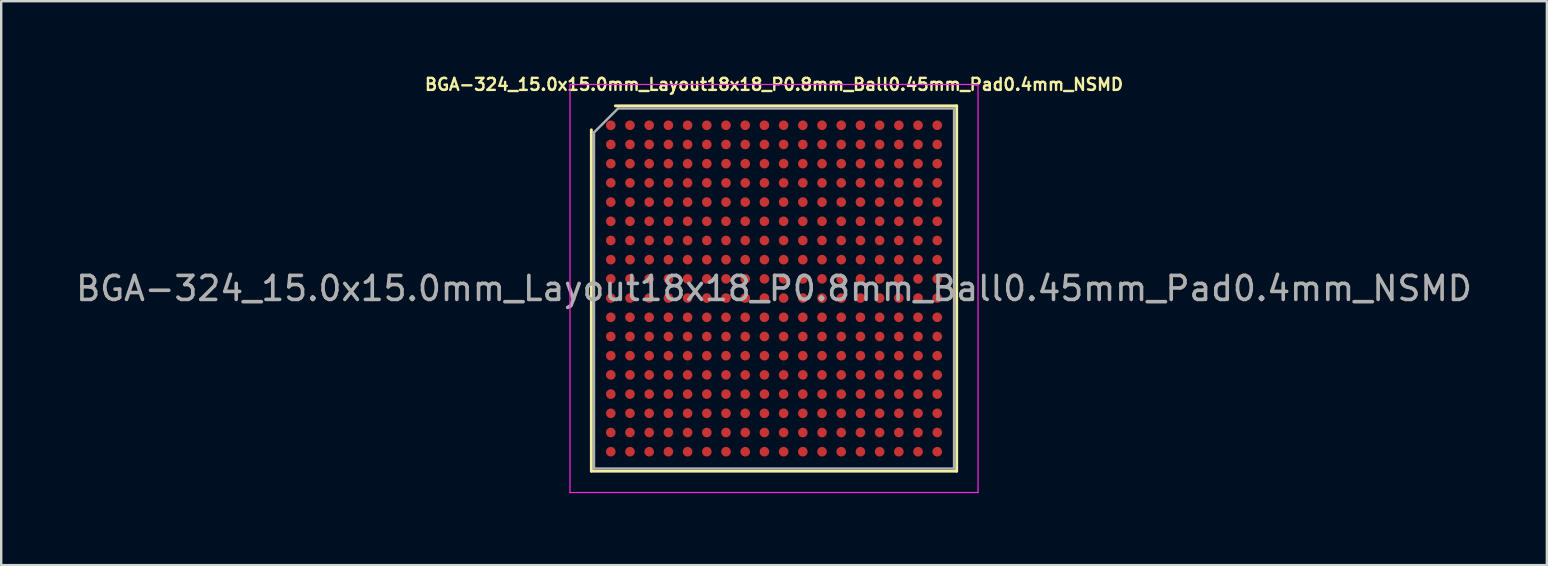
<source format=kicad_pcb>
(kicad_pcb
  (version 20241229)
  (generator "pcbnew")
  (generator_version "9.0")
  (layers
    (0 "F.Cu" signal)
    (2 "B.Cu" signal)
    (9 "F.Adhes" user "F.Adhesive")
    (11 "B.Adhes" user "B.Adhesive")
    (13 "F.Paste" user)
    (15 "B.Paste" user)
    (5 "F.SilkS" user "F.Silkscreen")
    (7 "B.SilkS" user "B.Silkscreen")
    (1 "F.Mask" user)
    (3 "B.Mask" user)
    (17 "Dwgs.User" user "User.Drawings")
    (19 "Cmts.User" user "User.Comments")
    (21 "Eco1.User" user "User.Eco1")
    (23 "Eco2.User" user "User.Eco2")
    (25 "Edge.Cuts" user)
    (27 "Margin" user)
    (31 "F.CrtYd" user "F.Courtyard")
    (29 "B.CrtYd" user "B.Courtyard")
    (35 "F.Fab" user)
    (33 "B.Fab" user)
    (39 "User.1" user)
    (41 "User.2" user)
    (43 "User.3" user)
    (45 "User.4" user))
  (footprint "BGA-324_15.0x15.0mm_Layout18x18_P0.8mm_Ball0.45mm_Pad0.4mm_NSMD"
    (layer "F.Cu")
    (at 29.196 8.968)
    (property "Reference" "BGA-324_15.0x15.0mm_Layout18x18_P0.8mm_Ball0.45mm_Pad0.4mm_NSMD" (at 0 -8.5 180) (layer "F.SilkS") (effects (font (size 0.5 0.5) (thickness 0.1))))
    (attr smd)
    (fp_line (start -7.61 7.61) (end -7.61 -6.61) (stroke (width 0.12) (type solid)) (layer "F.SilkS"))
    (fp_line (start -6.61 -7.61) (end 7.61 -7.61) (stroke (width 0.12) (type solid)) (layer "F.SilkS"))
    (fp_line (start 7.61 -7.61) (end 7.61 7.61) (stroke (width 0.12) (type solid)) (layer "F.SilkS"))
    (fp_line (start 7.61 7.61) (end -7.61 7.61) (stroke (width 0.12) (type solid)) (layer "F.SilkS"))
    (fp_line (start -8.5 -8.5) (end -8.5 8.5) (stroke (width 0.05) (type solid)) (layer "F.CrtYd"))
    (fp_line (start -8.5 8.5) (end 8.5 8.5) (stroke (width 0.05) (type solid)) (layer "F.CrtYd"))
    (fp_line (start 8.5 -8.5) (end -8.5 -8.5) (stroke (width 0.05) (type solid)) (layer "F.CrtYd"))
    (fp_line (start 8.5 8.5) (end 8.5 -8.5) (stroke (width 0.05) (type solid)) (layer "F.CrtYd"))
    (fp_line (start -7.5 -6.5) (end -6.5 -7.5) (stroke (width 0.1) (type solid)) (layer "F.Fab"))
    (fp_line (start -7.5 7.5) (end -7.5 -6.5) (stroke (width 0.1) (type solid)) (layer "F.Fab"))
    (fp_line (start -6.5 -7.5) (end 7.5 -7.5) (stroke (width 0.1) (type solid)) (layer "F.Fab"))
    (fp_line (start 7.5 -7.5) (end 7.5 7.5) (stroke (width 0.1) (type solid)) (layer "F.Fab"))
    (fp_line (start 7.5 7.5) (end -7.5 7.5) (stroke (width 0.1) (type solid)) (layer "F.Fab"))
    (fp_text user "${REFERENCE}" (at 0 0 180) (layer "F.Fab") (effects (font (size 1 1) (thickness 0.15))))
    (pad "A1" smd circle (at -6.8 -6.8) (size 0.4 0.4) (layers "F.Cu" "F.Mask" "F.Paste"))
    (pad "A2" smd circle (at -6 -6.8) (size 0.4 0.4) (layers "F.Cu" "F.Mask" "F.Paste"))
    (pad "A3" smd circle (at -5.2 -6.8) (size 0.4 0.4) (layers "F.Cu" "F.Mask" "F.Paste"))
    (pad "A4" smd circle (at -4.4 -6.8) (size 0.4 0.4) (layers "F.Cu" "F.Mask" "F.Paste"))
    (pad "A5" smd circle (at -3.6 -6.8) (size 0.4 0.4) (layers "F.Cu" "F.Mask" "F.Paste"))
    (pad "A6" smd circle (at -2.8 -6.8) (size 0.4 0.4) (layers "F.Cu" "F.Mask" "F.Paste"))
    (pad "A7" smd circle (at -2 -6.8) (size 0.4 0.4) (layers "F.Cu" "F.Mask" "F.Paste"))
    (pad "A8" smd circle (at -1.2 -6.8) (size 0.4 0.4) (layers "F.Cu" "F.Mask" "F.Paste"))
    (pad "A9" smd circle (at -0.4 -6.8) (size 0.4 0.4) (layers "F.Cu" "F.Mask" "F.Paste"))
    (pad "A10" smd circle (at 0.4 -6.8) (size 0.4 0.4) (layers "F.Cu" "F.Mask" "F.Paste"))
    (pad "A11" smd circle (at 1.2 -6.8) (size 0.4 0.4) (layers "F.Cu" "F.Mask" "F.Paste"))
    (pad "A12" smd circle (at 2 -6.8) (size 0.4 0.4) (layers "F.Cu" "F.Mask" "F.Paste"))
    (pad "A13" smd circle (at 2.8 -6.8) (size 0.4 0.4) (layers "F.Cu" "F.Mask" "F.Paste"))
    (pad "A14" smd circle (at 3.6 -6.8) (size 0.4 0.4) (layers "F.Cu" "F.Mask" "F.Paste"))
    (pad "A15" smd circle (at 4.4 -6.8) (size 0.4 0.4) (layers "F.Cu" "F.Mask" "F.Paste"))
    (pad "A16" smd circle (at 5.2 -6.8) (size 0.4 0.4) (layers "F.Cu" "F.Mask" "F.Paste"))
    (pad "A17" smd circle (at 6 -6.8) (size 0.4 0.4) (layers "F.Cu" "F.Mask" "F.Paste"))
    (pad "A18" smd circle (at 6.8 -6.8) (size 0.4 0.4) (layers "F.Cu" "F.Mask" "F.Paste"))
    (pad "B1" smd circle (at -6.8 -6) (size 0.4 0.4) (layers "F.Cu" "F.Mask" "F.Paste"))
    (pad "B2" smd circle (at -6 -6) (size 0.4 0.4) (layers "F.Cu" "F.Mask" "F.Paste"))
    (pad "B3" smd circle (at -5.2 -6) (size 0.4 0.4) (layers "F.Cu" "F.Mask" "F.Paste"))
    (pad "B4" smd circle (at -4.4 -6) (size 0.4 0.4) (layers "F.Cu" "F.Mask" "F.Paste"))
    (pad "B5" smd circle (at -3.6 -6) (size 0.4 0.4) (layers "F.Cu" "F.Mask" "F.Paste"))
    (pad "B6" smd circle (at -2.8 -6) (size 0.4 0.4) (layers "F.Cu" "F.Mask" "F.Paste"))
    (pad "B7" smd circle (at -2 -6) (size 0.4 0.4) (layers "F.Cu" "F.Mask" "F.Paste"))
    (pad "B8" smd circle (at -1.2 -6) (size 0.4 0.4) (layers "F.Cu" "F.Mask" "F.Paste"))
    (pad "B9" smd circle (at -0.4 -6) (size 0.4 0.4) (layers "F.Cu" "F.Mask" "F.Paste"))
    (pad "B10" smd circle (at 0.4 -6) (size 0.4 0.4) (layers "F.Cu" "F.Mask" "F.Paste"))
    (pad "B11" smd circle (at 1.2 -6) (size 0.4 0.4) (layers "F.Cu" "F.Mask" "F.Paste"))
    (pad "B12" smd circle (at 2 -6) (size 0.4 0.4) (layers "F.Cu" "F.Mask" "F.Paste"))
    (pad "B13" smd circle (at 2.8 -6) (size 0.4 0.4) (layers "F.Cu" "F.Mask" "F.Paste"))
    (pad "B14" smd circle (at 3.6 -6) (size 0.4 0.4) (layers "F.Cu" "F.Mask" "F.Paste"))
    (pad "B15" smd circle (at 4.4 -6) (size 0.4 0.4) (layers "F.Cu" "F.Mask" "F.Paste"))
    (pad "B16" smd circle (at 5.2 -6) (size 0.4 0.4) (layers "F.Cu" "F.Mask" "F.Paste"))
    (pad "B17" smd circle (at 6 -6) (size 0.4 0.4) (layers "F.Cu" "F.Mask" "F.Paste"))
    (pad "B18" smd circle (at 6.8 -6) (size 0.4 0.4) (layers "F.Cu" "F.Mask" "F.Paste"))
    (pad "C1" smd circle (at -6.8 -5.2) (size 0.4 0.4) (layers "F.Cu" "F.Mask" "F.Paste"))
    (pad "C2" smd circle (at -6 -5.2) (size 0.4 0.4) (layers "F.Cu" "F.Mask" "F.Paste"))
    (pad "C3" smd circle (at -5.2 -5.2) (size 0.4 0.4) (layers "F.Cu" "F.Mask" "F.Paste"))
    (pad "C4" smd circle (at -4.4 -5.2) (size 0.4 0.4) (layers "F.Cu" "F.Mask" "F.Paste"))
    (pad "C5" smd circle (at -3.6 -5.2) (size 0.4 0.4) (layers "F.Cu" "F.Mask" "F.Paste"))
    (pad "C6" smd circle (at -2.8 -5.2) (size 0.4 0.4) (layers "F.Cu" "F.Mask" "F.Paste"))
    (pad "C7" smd circle (at -2 -5.2) (size 0.4 0.4) (layers "F.Cu" "F.Mask" "F.Paste"))
    (pad "C8" smd circle (at -1.2 -5.2) (size 0.4 0.4) (layers "F.Cu" "F.Mask" "F.Paste"))
    (pad "C9" smd circle (at -0.4 -5.2) (size 0.4 0.4) (layers "F.Cu" "F.Mask" "F.Paste"))
    (pad "C10" smd circle (at 0.4 -5.2) (size 0.4 0.4) (layers "F.Cu" "F.Mask" "F.Paste"))
    (pad "C11" smd circle (at 1.2 -5.2) (size 0.4 0.4) (layers "F.Cu" "F.Mask" "F.Paste"))
    (pad "C12" smd circle (at 2 -5.2) (size 0.4 0.4) (layers "F.Cu" "F.Mask" "F.Paste"))
    (pad "C13" smd circle (at 2.8 -5.2) (size 0.4 0.4) (layers "F.Cu" "F.Mask" "F.Paste"))
    (pad "C14" smd circle (at 3.6 -5.2) (size 0.4 0.4) (layers "F.Cu" "F.Mask" "F.Paste"))
    (pad "C15" smd circle (at 4.4 -5.2) (size 0.4 0.4) (layers "F.Cu" "F.Mask" "F.Paste"))
    (pad "C16" smd circle (at 5.2 -5.2) (size 0.4 0.4) (layers "F.Cu" "F.Mask" "F.Paste"))
    (pad "C17" smd circle (at 6 -5.2) (size 0.4 0.4) (layers "F.Cu" "F.Mask" "F.Paste"))
    (pad "C18" smd circle (at 6.8 -5.2) (size 0.4 0.4) (layers "F.Cu" "F.Mask" "F.Paste"))
    (pad "D1" smd circle (at -6.8 -4.4) (size 0.4 0.4) (layers "F.Cu" "F.Mask" "F.Paste"))
    (pad "D2" smd circle (at -6 -4.4) (size 0.4 0.4) (layers "F.Cu" "F.Mask" "F.Paste"))
    (pad "D3" smd circle (at -5.2 -4.4) (size 0.4 0.4) (layers "F.Cu" "F.Mask" "F.Paste"))
    (pad "D4" smd circle (at -4.4 -4.4) (size 0.4 0.4) (layers "F.Cu" "F.Mask" "F.Paste"))
    (pad "D5" smd circle (at -3.6 -4.4) (size 0.4 0.4) (layers "F.Cu" "F.Mask" "F.Paste"))
    (pad "D6" smd circle (at -2.8 -4.4) (size 0.4 0.4) (layers "F.Cu" "F.Mask" "F.Paste"))
    (pad "D7" smd circle (at -2 -4.4) (size 0.4 0.4) (layers "F.Cu" "F.Mask" "F.Paste"))
    (pad "D8" smd circle (at -1.2 -4.4) (size 0.4 0.4) (layers "F.Cu" "F.Mask" "F.Paste"))
    (pad "D9" smd circle (at -0.4 -4.4) (size 0.4 0.4) (layers "F.Cu" "F.Mask" "F.Paste"))
    (pad "D10" smd circle (at 0.4 -4.4) (size 0.4 0.4) (layers "F.Cu" "F.Mask" "F.Paste"))
    (pad "D11" smd circle (at 1.2 -4.4) (size 0.4 0.4) (layers "F.Cu" "F.Mask" "F.Paste"))
    (pad "D12" smd circle (at 2 -4.4) (size 0.4 0.4) (layers "F.Cu" "F.Mask" "F.Paste"))
    (pad "D13" smd circle (at 2.8 -4.4) (size 0.4 0.4) (layers "F.Cu" "F.Mask" "F.Paste"))
    (pad "D14" smd circle (at 3.6 -4.4) (size 0.4 0.4) (layers "F.Cu" "F.Mask" "F.Paste"))
    (pad "D15" smd circle (at 4.4 -4.4) (size 0.4 0.4) (layers "F.Cu" "F.Mask" "F.Paste"))
    (pad "D16" smd circle (at 5.2 -4.4) (size 0.4 0.4) (layers "F.Cu" "F.Mask" "F.Paste"))
    (pad "D17" smd circle (at 6 -4.4) (size 0.4 0.4) (layers "F.Cu" "F.Mask" "F.Paste"))
    (pad "D18" smd circle (at 6.8 -4.4) (size 0.4 0.4) (layers "F.Cu" "F.Mask" "F.Paste"))
    (pad "E1" smd circle (at -6.8 -3.6) (size 0.4 0.4) (layers "F.Cu" "F.Mask" "F.Paste"))
    (pad "E2" smd circle (at -6 -3.6) (size 0.4 0.4) (layers "F.Cu" "F.Mask" "F.Paste"))
    (pad "E3" smd circle (at -5.2 -3.6) (size 0.4 0.4) (layers "F.Cu" "F.Mask" "F.Paste"))
    (pad "E4" smd circle (at -4.4 -3.6) (size 0.4 0.4) (layers "F.Cu" "F.Mask" "F.Paste"))
    (pad "E5" smd circle (at -3.6 -3.6) (size 0.4 0.4) (layers "F.Cu" "F.Mask" "F.Paste"))
    (pad "E6" smd circle (at -2.8 -3.6) (size 0.4 0.4) (layers "F.Cu" "F.Mask" "F.Paste"))
    (pad "E7" smd circle (at -2 -3.6) (size 0.4 0.4) (layers "F.Cu" "F.Mask" "F.Paste"))
    (pad "E8" smd circle (at -1.2 -3.6) (size 0.4 0.4) (layers "F.Cu" "F.Mask" "F.Paste"))
    (pad "E9" smd circle (at -0.4 -3.6) (size 0.4 0.4) (layers "F.Cu" "F.Mask" "F.Paste"))
    (pad "E10" smd circle (at 0.4 -3.6) (size 0.4 0.4) (layers "F.Cu" "F.Mask" "F.Paste"))
    (pad "E11" smd circle (at 1.2 -3.6) (size 0.4 0.4) (layers "F.Cu" "F.Mask" "F.Paste"))
    (pad "E12" smd circle (at 2 -3.6) (size 0.4 0.4) (layers "F.Cu" "F.Mask" "F.Paste"))
    (pad "E13" smd circle (at 2.8 -3.6) (size 0.4 0.4) (layers "F.Cu" "F.Mask" "F.Paste"))
    (pad "E14" smd circle (at 3.6 -3.6) (size 0.4 0.4) (layers "F.Cu" "F.Mask" "F.Paste"))
    (pad "E15" smd circle (at 4.4 -3.6) (size 0.4 0.4) (layers "F.Cu" "F.Mask" "F.Paste"))
    (pad "E16" smd circle (at 5.2 -3.6) (size 0.4 0.4) (layers "F.Cu" "F.Mask" "F.Paste"))
    (pad "E17" smd circle (at 6 -3.6) (size 0.4 0.4) (layers "F.Cu" "F.Mask" "F.Paste"))
    (pad "E18" smd circle (at 6.8 -3.6) (size 0.4 0.4) (layers "F.Cu" "F.Mask" "F.Paste"))
    (pad "F1" smd circle (at -6.8 -2.8) (size 0.4 0.4) (layers "F.Cu" "F.Mask" "F.Paste"))
    (pad "F2" smd circle (at -6 -2.8) (size 0.4 0.4) (layers "F.Cu" "F.Mask" "F.Paste"))
    (pad "F3" smd circle (at -5.2 -2.8) (size 0.4 0.4) (layers "F.Cu" "F.Mask" "F.Paste"))
    (pad "F4" smd circle (at -4.4 -2.8) (size 0.4 0.4) (layers "F.Cu" "F.Mask" "F.Paste"))
    (pad "F5" smd circle (at -3.6 -2.8) (size 0.4 0.4) (layers "F.Cu" "F.Mask" "F.Paste"))
    (pad "F6" smd circle (at -2.8 -2.8) (size 0.4 0.4) (layers "F.Cu" "F.Mask" "F.Paste"))
    (pad "F7" smd circle (at -2 -2.8) (size 0.4 0.4) (layers "F.Cu" "F.Mask" "F.Paste"))
    (pad "F8" smd circle (at -1.2 -2.8) (size 0.4 0.4) (layers "F.Cu" "F.Mask" "F.Paste"))
    (pad "F9" smd circle (at -0.4 -2.8) (size 0.4 0.4) (layers "F.Cu" "F.Mask" "F.Paste"))
    (pad "F10" smd circle (at 0.4 -2.8) (size 0.4 0.4) (layers "F.Cu" "F.Mask" "F.Paste"))
    (pad "F11" smd circle (at 1.2 -2.8) (size 0.4 0.4) (layers "F.Cu" "F.Mask" "F.Paste"))
    (pad "F12" smd circle (at 2 -2.8) (size 0.4 0.4) (layers "F.Cu" "F.Mask" "F.Paste"))
    (pad "F13" smd circle (at 2.8 -2.8) (size 0.4 0.4) (layers "F.Cu" "F.Mask" "F.Paste"))
    (pad "F14" smd circle (at 3.6 -2.8) (size 0.4 0.4) (layers "F.Cu" "F.Mask" "F.Paste"))
    (pad "F15" smd circle (at 4.4 -2.8) (size 0.4 0.4) (layers "F.Cu" "F.Mask" "F.Paste"))
    (pad "F16" smd circle (at 5.2 -2.8) (size 0.4 0.4) (layers "F.Cu" "F.Mask" "F.Paste"))
    (pad "F17" smd circle (at 6 -2.8) (size 0.4 0.4) (layers "F.Cu" "F.Mask" "F.Paste"))
    (pad "F18" smd circle (at 6.8 -2.8) (size 0.4 0.4) (layers "F.Cu" "F.Mask" "F.Paste"))
    (pad "G1" smd circle (at -6.8 -2) (size 0.4 0.4) (layers "F.Cu" "F.Mask" "F.Paste"))
    (pad "G2" smd circle (at -6 -2) (size 0.4 0.4) (layers "F.Cu" "F.Mask" "F.Paste"))
    (pad "G3" smd circle (at -5.2 -2) (size 0.4 0.4) (layers "F.Cu" "F.Mask" "F.Paste"))
    (pad "G4" smd circle (at -4.4 -2) (size 0.4 0.4) (layers "F.Cu" "F.Mask" "F.Paste"))
    (pad "G5" smd circle (at -3.6 -2) (size 0.4 0.4) (layers "F.Cu" "F.Mask" "F.Paste"))
    (pad "G6" smd circle (at -2.8 -2) (size 0.4 0.4) (layers "F.Cu" "F.Mask" "F.Paste"))
    (pad "G7" smd circle (at -2 -2) (size 0.4 0.4) (layers "F.Cu" "F.Mask" "F.Paste"))
    (pad "G8" smd circle (at -1.2 -2) (size 0.4 0.4) (layers "F.Cu" "F.Mask" "F.Paste"))
    (pad "G9" smd circle (at -0.4 -2) (size 0.4 0.4) (layers "F.Cu" "F.Mask" "F.Paste"))
    (pad "G10" smd circle (at 0.4 -2) (size 0.4 0.4) (layers "F.Cu" "F.Mask" "F.Paste"))
    (pad "G11" smd circle (at 1.2 -2) (size 0.4 0.4) (layers "F.Cu" "F.Mask" "F.Paste"))
    (pad "G12" smd circle (at 2 -2) (size 0.4 0.4) (layers "F.Cu" "F.Mask" "F.Paste"))
    (pad "G13" smd circle (at 2.8 -2) (size 0.4 0.4) (layers "F.Cu" "F.Mask" "F.Paste"))
    (pad "G14" smd circle (at 3.6 -2) (size 0.4 0.4) (layers "F.Cu" "F.Mask" "F.Paste"))
    (pad "G15" smd circle (at 4.4 -2) (size 0.4 0.4) (layers "F.Cu" "F.Mask" "F.Paste"))
    (pad "G16" smd circle (at 5.2 -2) (size 0.4 0.4) (layers "F.Cu" "F.Mask" "F.Paste"))
    (pad "G17" smd circle (at 6 -2) (size 0.4 0.4) (layers "F.Cu" "F.Mask" "F.Paste"))
    (pad "G18" smd circle (at 6.8 -2) (size 0.4 0.4) (layers "F.Cu" "F.Mask" "F.Paste"))
    (pad "H1" smd circle (at -6.8 -1.2) (size 0.4 0.4) (layers "F.Cu" "F.Mask" "F.Paste"))
    (pad "H2" smd circle (at -6 -1.2) (size 0.4 0.4) (layers "F.Cu" "F.Mask" "F.Paste"))
    (pad "H3" smd circle (at -5.2 -1.2) (size 0.4 0.4) (layers "F.Cu" "F.Mask" "F.Paste"))
    (pad "H4" smd circle (at -4.4 -1.2) (size 0.4 0.4) (layers "F.Cu" "F.Mask" "F.Paste"))
    (pad "H5" smd circle (at -3.6 -1.2) (size 0.4 0.4) (layers "F.Cu" "F.Mask" "F.Paste"))
    (pad "H6" smd circle (at -2.8 -1.2) (size 0.4 0.4) (layers "F.Cu" "F.Mask" "F.Paste"))
    (pad "H7" smd circle (at -2 -1.2) (size 0.4 0.4) (layers "F.Cu" "F.Mask" "F.Paste"))
    (pad "H8" smd circle (at -1.2 -1.2) (size 0.4 0.4) (layers "F.Cu" "F.Mask" "F.Paste"))
    (pad "H9" smd circle (at -0.4 -1.2) (size 0.4 0.4) (layers "F.Cu" "F.Mask" "F.Paste"))
    (pad "H10" smd circle (at 0.4 -1.2) (size 0.4 0.4) (layers "F.Cu" "F.Mask" "F.Paste"))
    (pad "H11" smd circle (at 1.2 -1.2) (size 0.4 0.4) (layers "F.Cu" "F.Mask" "F.Paste"))
    (pad "H12" smd circle (at 2 -1.2) (size 0.4 0.4) (layers "F.Cu" "F.Mask" "F.Paste"))
    (pad "H13" smd circle (at 2.8 -1.2) (size 0.4 0.4) (layers "F.Cu" "F.Mask" "F.Paste"))
    (pad "H14" smd circle (at 3.6 -1.2) (size 0.4 0.4) (layers "F.Cu" "F.Mask" "F.Paste"))
    (pad "H15" smd circle (at 4.4 -1.2) (size 0.4 0.4) (layers "F.Cu" "F.Mask" "F.Paste"))
    (pad "H16" smd circle (at 5.2 -1.2) (size 0.4 0.4) (layers "F.Cu" "F.Mask" "F.Paste"))
    (pad "H17" smd circle (at 6 -1.2) (size 0.4 0.4) (layers "F.Cu" "F.Mask" "F.Paste"))
    (pad "H18" smd circle (at 6.8 -1.2) (size 0.4 0.4) (layers "F.Cu" "F.Mask" "F.Paste"))
    (pad "J1" smd circle (at -6.8 -0.4) (size 0.4 0.4) (layers "F.Cu" "F.Mask" "F.Paste"))
    (pad "J2" smd circle (at -6 -0.4) (size 0.4 0.4) (layers "F.Cu" "F.Mask" "F.Paste"))
    (pad "J3" smd circle (at -5.2 -0.4) (size 0.4 0.4) (layers "F.Cu" "F.Mask" "F.Paste"))
    (pad "J4" smd circle (at -4.4 -0.4) (size 0.4 0.4) (layers "F.Cu" "F.Mask" "F.Paste"))
    (pad "J5" smd circle (at -3.6 -0.4) (size 0.4 0.4) (layers "F.Cu" "F.Mask" "F.Paste"))
    (pad "J6" smd circle (at -2.8 -0.4) (size 0.4 0.4) (layers "F.Cu" "F.Mask" "F.Paste"))
    (pad "J7" smd circle (at -2 -0.4) (size 0.4 0.4) (layers "F.Cu" "F.Mask" "F.Paste"))
    (pad "J8" smd circle (at -1.2 -0.4) (size 0.4 0.4) (layers "F.Cu" "F.Mask" "F.Paste"))
    (pad "J9" smd circle (at -0.4 -0.4) (size 0.4 0.4) (layers "F.Cu" "F.Mask" "F.Paste"))
    (pad "J10" smd circle (at 0.4 -0.4) (size 0.4 0.4) (layers "F.Cu" "F.Mask" "F.Paste"))
    (pad "J11" smd circle (at 1.2 -0.4) (size 0.4 0.4) (layers "F.Cu" "F.Mask" "F.Paste"))
    (pad "J12" smd circle (at 2 -0.4) (size 0.4 0.4) (layers "F.Cu" "F.Mask" "F.Paste"))
    (pad "J13" smd circle (at 2.8 -0.4) (size 0.4 0.4) (layers "F.Cu" "F.Mask" "F.Paste"))
    (pad "J14" smd circle (at 3.6 -0.4) (size 0.4 0.4) (layers "F.Cu" "F.Mask" "F.Paste"))
    (pad "J15" smd circle (at 4.4 -0.4) (size 0.4 0.4) (layers "F.Cu" "F.Mask" "F.Paste"))
    (pad "J16" smd circle (at 5.2 -0.4) (size 0.4 0.4) (layers "F.Cu" "F.Mask" "F.Paste"))
    (pad "J17" smd circle (at 6 -0.4) (size 0.4 0.4) (layers "F.Cu" "F.Mask" "F.Paste"))
    (pad "J18" smd circle (at 6.8 -0.4) (size 0.4 0.4) (layers "F.Cu" "F.Mask" "F.Paste"))
    (pad "K1" smd circle (at -6.8 0.4) (size 0.4 0.4) (layers "F.Cu" "F.Mask" "F.Paste"))
    (pad "K2" smd circle (at -6 0.4) (size 0.4 0.4) (layers "F.Cu" "F.Mask" "F.Paste"))
    (pad "K3" smd circle (at -5.2 0.4) (size 0.4 0.4) (layers "F.Cu" "F.Mask" "F.Paste"))
    (pad "K4" smd circle (at -4.4 0.4) (size 0.4 0.4) (layers "F.Cu" "F.Mask" "F.Paste"))
    (pad "K5" smd circle (at -3.6 0.4) (size 0.4 0.4) (layers "F.Cu" "F.Mask" "F.Paste"))
    (pad "K6" smd circle (at -2.8 0.4) (size 0.4 0.4) (layers "F.Cu" "F.Mask" "F.Paste"))
    (pad "K7" smd circle (at -2 0.4) (size 0.4 0.4) (layers "F.Cu" "F.Mask" "F.Paste"))
    (pad "K8" smd circle (at -1.2 0.4) (size 0.4 0.4) (layers "F.Cu" "F.Mask" "F.Paste"))
    (pad "K9" smd circle (at -0.4 0.4) (size 0.4 0.4) (layers "F.Cu" "F.Mask" "F.Paste"))
    (pad "K10" smd circle (at 0.4 0.4) (size 0.4 0.4) (layers "F.Cu" "F.Mask" "F.Paste"))
    (pad "K11" smd circle (at 1.2 0.4) (size 0.4 0.4) (layers "F.Cu" "F.Mask" "F.Paste"))
    (pad "K12" smd circle (at 2 0.4) (size 0.4 0.4) (layers "F.Cu" "F.Mask" "F.Paste"))
    (pad "K13" smd circle (at 2.8 0.4) (size 0.4 0.4) (layers "F.Cu" "F.Mask" "F.Paste"))
    (pad "K14" smd circle (at 3.6 0.4) (size 0.4 0.4) (layers "F.Cu" "F.Mask" "F.Paste"))
    (pad "K15" smd circle (at 4.4 0.4) (size 0.4 0.4) (layers "F.Cu" "F.Mask" "F.Paste"))
    (pad "K16" smd circle (at 5.2 0.4) (size 0.4 0.4) (layers "F.Cu" "F.Mask" "F.Paste"))
    (pad "K17" smd circle (at 6 0.4) (size 0.4 0.4) (layers "F.Cu" "F.Mask" "F.Paste"))
    (pad "K18" smd circle (at 6.8 0.4) (size 0.4 0.4) (layers "F.Cu" "F.Mask" "F.Paste"))
    (pad "L1" smd circle (at -6.8 1.2) (size 0.4 0.4) (layers "F.Cu" "F.Mask" "F.Paste"))
    (pad "L2" smd circle (at -6 1.2) (size 0.4 0.4) (layers "F.Cu" "F.Mask" "F.Paste"))
    (pad "L3" smd circle (at -5.2 1.2) (size 0.4 0.4) (layers "F.Cu" "F.Mask" "F.Paste"))
    (pad "L4" smd circle (at -4.4 1.2) (size 0.4 0.4) (layers "F.Cu" "F.Mask" "F.Paste"))
    (pad "L5" smd circle (at -3.6 1.2) (size 0.4 0.4) (layers "F.Cu" "F.Mask" "F.Paste"))
    (pad "L6" smd circle (at -2.8 1.2) (size 0.4 0.4) (layers "F.Cu" "F.Mask" "F.Paste"))
    (pad "L7" smd circle (at -2 1.2) (size 0.4 0.4) (layers "F.Cu" "F.Mask" "F.Paste"))
    (pad "L8" smd circle (at -1.2 1.2) (size 0.4 0.4) (layers "F.Cu" "F.Mask" "F.Paste"))
    (pad "L9" smd circle (at -0.4 1.2) (size 0.4 0.4) (layers "F.Cu" "F.Mask" "F.Paste"))
    (pad "L10" smd circle (at 0.4 1.2) (size 0.4 0.4) (layers "F.Cu" "F.Mask" "F.Paste"))
    (pad "L11" smd circle (at 1.2 1.2) (size 0.4 0.4) (layers "F.Cu" "F.Mask" "F.Paste"))
    (pad "L12" smd circle (at 2 1.2) (size 0.4 0.4) (layers "F.Cu" "F.Mask" "F.Paste"))
    (pad "L13" smd circle (at 2.8 1.2) (size 0.4 0.4) (layers "F.Cu" "F.Mask" "F.Paste"))
    (pad "L14" smd circle (at 3.6 1.2) (size 0.4 0.4) (layers "F.Cu" "F.Mask" "F.Paste"))
    (pad "L15" smd circle (at 4.4 1.2) (size 0.4 0.4) (layers "F.Cu" "F.Mask" "F.Paste"))
    (pad "L16" smd circle (at 5.2 1.2) (size 0.4 0.4) (layers "F.Cu" "F.Mask" "F.Paste"))
    (pad "L17" smd circle (at 6 1.2) (size 0.4 0.4) (layers "F.Cu" "F.Mask" "F.Paste"))
    (pad "L18" smd circle (at 6.8 1.2) (size 0.4 0.4) (layers "F.Cu" "F.Mask" "F.Paste"))
    (pad "M1" smd circle (at -6.8 2) (size 0.4 0.4) (layers "F.Cu" "F.Mask" "F.Paste"))
    (pad "M2" smd circle (at -6 2) (size 0.4 0.4) (layers "F.Cu" "F.Mask" "F.Paste"))
    (pad "M3" smd circle (at -5.2 2) (size 0.4 0.4) (layers "F.Cu" "F.Mask" "F.Paste"))
    (pad "M4" smd circle (at -4.4 2) (size 0.4 0.4) (layers "F.Cu" "F.Mask" "F.Paste"))
    (pad "M5" smd circle (at -3.6 2) (size 0.4 0.4) (layers "F.Cu" "F.Mask" "F.Paste"))
    (pad "M6" smd circle (at -2.8 2) (size 0.4 0.4) (layers "F.Cu" "F.Mask" "F.Paste"))
    (pad "M7" smd circle (at -2 2) (size 0.4 0.4) (layers "F.Cu" "F.Mask" "F.Paste"))
    (pad "M8" smd circle (at -1.2 2) (size 0.4 0.4) (layers "F.Cu" "F.Mask" "F.Paste"))
    (pad "M9" smd circle (at -0.4 2) (size 0.4 0.4) (layers "F.Cu" "F.Mask" "F.Paste"))
    (pad "M10" smd circle (at 0.4 2) (size 0.4 0.4) (layers "F.Cu" "F.Mask" "F.Paste"))
    (pad "M11" smd circle (at 1.2 2) (size 0.4 0.4) (layers "F.Cu" "F.Mask" "F.Paste"))
    (pad "M12" smd circle (at 2 2) (size 0.4 0.4) (layers "F.Cu" "F.Mask" "F.Paste"))
    (pad "M13" smd circle (at 2.8 2) (size 0.4 0.4) (layers "F.Cu" "F.Mask" "F.Paste"))
    (pad "M14" smd circle (at 3.6 2) (size 0.4 0.4) (layers "F.Cu" "F.Mask" "F.Paste"))
    (pad "M15" smd circle (at 4.4 2) (size 0.4 0.4) (layers "F.Cu" "F.Mask" "F.Paste"))
    (pad "M16" smd circle (at 5.2 2) (size 0.4 0.4) (layers "F.Cu" "F.Mask" "F.Paste"))
    (pad "M17" smd circle (at 6 2) (size 0.4 0.4) (layers "F.Cu" "F.Mask" "F.Paste"))
    (pad "M18" smd circle (at 6.8 2) (size 0.4 0.4) (layers "F.Cu" "F.Mask" "F.Paste"))
    (pad "N1" smd circle (at -6.8 2.8) (size 0.4 0.4) (layers "F.Cu" "F.Mask" "F.Paste"))
    (pad "N2" smd circle (at -6 2.8) (size 0.4 0.4) (layers "F.Cu" "F.Mask" "F.Paste"))
    (pad "N3" smd circle (at -5.2 2.8) (size 0.4 0.4) (layers "F.Cu" "F.Mask" "F.Paste"))
    (pad "N4" smd circle (at -4.4 2.8) (size 0.4 0.4) (layers "F.Cu" "F.Mask" "F.Paste"))
    (pad "N5" smd circle (at -3.6 2.8) (size 0.4 0.4) (layers "F.Cu" "F.Mask" "F.Paste"))
    (pad "N6" smd circle (at -2.8 2.8) (size 0.4 0.4) (layers "F.Cu" "F.Mask" "F.Paste"))
    (pad "N7" smd circle (at -2 2.8) (size 0.4 0.4) (layers "F.Cu" "F.Mask" "F.Paste"))
    (pad "N8" smd circle (at -1.2 2.8) (size 0.4 0.4) (layers "F.Cu" "F.Mask" "F.Paste"))
    (pad "N9" smd circle (at -0.4 2.8) (size 0.4 0.4) (layers "F.Cu" "F.Mask" "F.Paste"))
    (pad "N10" smd circle (at 0.4 2.8) (size 0.4 0.4) (layers "F.Cu" "F.Mask" "F.Paste"))
    (pad "N11" smd circle (at 1.2 2.8) (size 0.4 0.4) (layers "F.Cu" "F.Mask" "F.Paste"))
    (pad "N12" smd circle (at 2 2.8) (size 0.4 0.4) (layers "F.Cu" "F.Mask" "F.Paste"))
    (pad "N13" smd circle (at 2.8 2.8) (size 0.4 0.4) (layers "F.Cu" "F.Mask" "F.Paste"))
    (pad "N14" smd circle (at 3.6 2.8) (size 0.4 0.4) (layers "F.Cu" "F.Mask" "F.Paste"))
    (pad "N15" smd circle (at 4.4 2.8) (size 0.4 0.4) (layers "F.Cu" "F.Mask" "F.Paste"))
    (pad "N16" smd circle (at 5.2 2.8) (size 0.4 0.4) (layers "F.Cu" "F.Mask" "F.Paste"))
    (pad "N17" smd circle (at 6 2.8) (size 0.4 0.4) (layers "F.Cu" "F.Mask" "F.Paste"))
    (pad "N18" smd circle (at 6.8 2.8) (size 0.4 0.4) (layers "F.Cu" "F.Mask" "F.Paste"))
    (pad "P1" smd circle (at -6.8 3.6) (size 0.4 0.4) (layers "F.Cu" "F.Mask" "F.Paste"))
    (pad "P2" smd circle (at -6 3.6) (size 0.4 0.4) (layers "F.Cu" "F.Mask" "F.Paste"))
    (pad "P3" smd circle (at -5.2 3.6) (size 0.4 0.4) (layers "F.Cu" "F.Mask" "F.Paste"))
    (pad "P4" smd circle (at -4.4 3.6) (size 0.4 0.4) (layers "F.Cu" "F.Mask" "F.Paste"))
    (pad "P5" smd circle (at -3.6 3.6) (size 0.4 0.4) (layers "F.Cu" "F.Mask" "F.Paste"))
    (pad "P6" smd circle (at -2.8 3.6) (size 0.4 0.4) (layers "F.Cu" "F.Mask" "F.Paste"))
    (pad "P7" smd circle (at -2 3.6) (size 0.4 0.4) (layers "F.Cu" "F.Mask" "F.Paste"))
    (pad "P8" smd circle (at -1.2 3.6) (size 0.4 0.4) (layers "F.Cu" "F.Mask" "F.Paste"))
    (pad "P9" smd circle (at -0.4 3.6) (size 0.4 0.4) (layers "F.Cu" "F.Mask" "F.Paste"))
    (pad "P10" smd circle (at 0.4 3.6) (size 0.4 0.4) (layers "F.Cu" "F.Mask" "F.Paste"))
    (pad "P11" smd circle (at 1.2 3.6) (size 0.4 0.4) (layers "F.Cu" "F.Mask" "F.Paste"))
    (pad "P12" smd circle (at 2 3.6) (size 0.4 0.4) (layers "F.Cu" "F.Mask" "F.Paste"))
    (pad "P13" smd circle (at 2.8 3.6) (size 0.4 0.4) (layers "F.Cu" "F.Mask" "F.Paste"))
    (pad "P14" smd circle (at 3.6 3.6) (size 0.4 0.4) (layers "F.Cu" "F.Mask" "F.Paste"))
    (pad "P15" smd circle (at 4.4 3.6) (size 0.4 0.4) (layers "F.Cu" "F.Mask" "F.Paste"))
    (pad "P16" smd circle (at 5.2 3.6) (size 0.4 0.4) (layers "F.Cu" "F.Mask" "F.Paste"))
    (pad "P17" smd circle (at 6 3.6) (size 0.4 0.4) (layers "F.Cu" "F.Mask" "F.Paste"))
    (pad "P18" smd circle (at 6.8 3.6) (size 0.4 0.4) (layers "F.Cu" "F.Mask" "F.Paste"))
    (pad "R1" smd circle (at -6.8 4.4) (size 0.4 0.4) (layers "F.Cu" "F.Mask" "F.Paste"))
    (pad "R2" smd circle (at -6 4.4) (size 0.4 0.4) (layers "F.Cu" "F.Mask" "F.Paste"))
    (pad "R3" smd circle (at -5.2 4.4) (size 0.4 0.4) (layers "F.Cu" "F.Mask" "F.Paste"))
    (pad "R4" smd circle (at -4.4 4.4) (size 0.4 0.4) (layers "F.Cu" "F.Mask" "F.Paste"))
    (pad "R5" smd circle (at -3.6 4.4) (size 0.4 0.4) (layers "F.Cu" "F.Mask" "F.Paste"))
    (pad "R6" smd circle (at -2.8 4.4) (size 0.4 0.4) (layers "F.Cu" "F.Mask" "F.Paste"))
    (pad "R7" smd circle (at -2 4.4) (size 0.4 0.4) (layers "F.Cu" "F.Mask" "F.Paste"))
    (pad "R8" smd circle (at -1.2 4.4) (size 0.4 0.4) (layers "F.Cu" "F.Mask" "F.Paste"))
    (pad "R9" smd circle (at -0.4 4.4) (size 0.4 0.4) (layers "F.Cu" "F.Mask" "F.Paste"))
    (pad "R10" smd circle (at 0.4 4.4) (size 0.4 0.4) (layers "F.Cu" "F.Mask" "F.Paste"))
    (pad "R11" smd circle (at 1.2 4.4) (size 0.4 0.4) (layers "F.Cu" "F.Mask" "F.Paste"))
    (pad "R12" smd circle (at 2 4.4) (size 0.4 0.4) (layers "F.Cu" "F.Mask" "F.Paste"))
    (pad "R13" smd circle (at 2.8 4.4) (size 0.4 0.4) (layers "F.Cu" "F.Mask" "F.Paste"))
    (pad "R14" smd circle (at 3.6 4.4) (size 0.4 0.4) (layers "F.Cu" "F.Mask" "F.Paste"))
    (pad "R15" smd circle (at 4.4 4.4) (size 0.4 0.4) (layers "F.Cu" "F.Mask" "F.Paste"))
    (pad "R16" smd circle (at 5.2 4.4) (size 0.4 0.4) (layers "F.Cu" "F.Mask" "F.Paste"))
    (pad "R17" smd circle (at 6 4.4) (size 0.4 0.4) (layers "F.Cu" "F.Mask" "F.Paste"))
    (pad "R18" smd circle (at 6.8 4.4) (size 0.4 0.4) (layers "F.Cu" "F.Mask" "F.Paste"))
    (pad "T1" smd circle (at -6.8 5.2) (size 0.4 0.4) (layers "F.Cu" "F.Mask" "F.Paste"))
    (pad "T2" smd circle (at -6 5.2) (size 0.4 0.4) (layers "F.Cu" "F.Mask" "F.Paste"))
    (pad "T3" smd circle (at -5.2 5.2) (size 0.4 0.4) (layers "F.Cu" "F.Mask" "F.Paste"))
    (pad "T4" smd circle (at -4.4 5.2) (size 0.4 0.4) (layers "F.Cu" "F.Mask" "F.Paste"))
    (pad "T5" smd circle (at -3.6 5.2) (size 0.4 0.4) (layers "F.Cu" "F.Mask" "F.Paste"))
    (pad "T6" smd circle (at -2.8 5.2) (size 0.4 0.4) (layers "F.Cu" "F.Mask" "F.Paste"))
    (pad "T7" smd circle (at -2 5.2) (size 0.4 0.4) (layers "F.Cu" "F.Mask" "F.Paste"))
    (pad "T8" smd circle (at -1.2 5.2) (size 0.4 0.4) (layers "F.Cu" "F.Mask" "F.Paste"))
    (pad "T9" smd circle (at -0.4 5.2) (size 0.4 0.4) (layers "F.Cu" "F.Mask" "F.Paste"))
    (pad "T10" smd circle (at 0.4 5.2) (size 0.4 0.4) (layers "F.Cu" "F.Mask" "F.Paste"))
    (pad "T11" smd circle (at 1.2 5.2) (size 0.4 0.4) (layers "F.Cu" "F.Mask" "F.Paste"))
    (pad "T12" smd circle (at 2 5.2) (size 0.4 0.4) (layers "F.Cu" "F.Mask" "F.Paste"))
    (pad "T13" smd circle (at 2.8 5.2) (size 0.4 0.4) (layers "F.Cu" "F.Mask" "F.Paste"))
    (pad "T14" smd circle (at 3.6 5.2) (size 0.4 0.4) (layers "F.Cu" "F.Mask" "F.Paste"))
    (pad "T15" smd circle (at 4.4 5.2) (size 0.4 0.4) (layers "F.Cu" "F.Mask" "F.Paste"))
    (pad "T16" smd circle (at 5.2 5.2) (size 0.4 0.4) (layers "F.Cu" "F.Mask" "F.Paste"))
    (pad "T17" smd circle (at 6 5.2) (size 0.4 0.4) (layers "F.Cu" "F.Mask" "F.Paste"))
    (pad "T18" smd circle (at 6.8 5.2) (size 0.4 0.4) (layers "F.Cu" "F.Mask" "F.Paste"))
    (pad "U1" smd circle (at -6.8 6) (size 0.4 0.4) (layers "F.Cu" "F.Mask" "F.Paste"))
    (pad "U2" smd circle (at -6 6) (size 0.4 0.4) (layers "F.Cu" "F.Mask" "F.Paste"))
    (pad "U3" smd circle (at -5.2 6) (size 0.4 0.4) (layers "F.Cu" "F.Mask" "F.Paste"))
    (pad "U4" smd circle (at -4.4 6) (size 0.4 0.4) (layers "F.Cu" "F.Mask" "F.Paste"))
    (pad "U5" smd circle (at -3.6 6) (size 0.4 0.4) (layers "F.Cu" "F.Mask" "F.Paste"))
    (pad "U6" smd circle (at -2.8 6) (size 0.4 0.4) (layers "F.Cu" "F.Mask" "F.Paste"))
    (pad "U7" smd circle (at -2 6) (size 0.4 0.4) (layers "F.Cu" "F.Mask" "F.Paste"))
    (pad "U8" smd circle (at -1.2 6) (size 0.4 0.4) (layers "F.Cu" "F.Mask" "F.Paste"))
    (pad "U9" smd circle (at -0.4 6) (size 0.4 0.4) (layers "F.Cu" "F.Mask" "F.Paste"))
    (pad "U10" smd circle (at 0.4 6) (size 0.4 0.4) (layers "F.Cu" "F.Mask" "F.Paste"))
    (pad "U11" smd circle (at 1.2 6) (size 0.4 0.4) (layers "F.Cu" "F.Mask" "F.Paste"))
    (pad "U12" smd circle (at 2 6) (size 0.4 0.4) (layers "F.Cu" "F.Mask" "F.Paste"))
    (pad "U13" smd circle (at 2.8 6) (size 0.4 0.4) (layers "F.Cu" "F.Mask" "F.Paste"))
    (pad "U14" smd circle (at 3.6 6) (size 0.4 0.4) (layers "F.Cu" "F.Mask" "F.Paste"))
    (pad "U15" smd circle (at 4.4 6) (size 0.4 0.4) (layers "F.Cu" "F.Mask" "F.Paste"))
    (pad "U16" smd circle (at 5.2 6) (size 0.4 0.4) (layers "F.Cu" "F.Mask" "F.Paste"))
    (pad "U17" smd circle (at 6 6) (size 0.4 0.4) (layers "F.Cu" "F.Mask" "F.Paste"))
    (pad "U18" smd circle (at 6.8 6) (size 0.4 0.4) (layers "F.Cu" "F.Mask" "F.Paste"))
    (pad "V1" smd circle (at -6.8 6.8) (size 0.4 0.4) (layers "F.Cu" "F.Mask" "F.Paste"))
    (pad "V2" smd circle (at -6 6.8) (size 0.4 0.4) (layers "F.Cu" "F.Mask" "F.Paste"))
    (pad "V3" smd circle (at -5.2 6.8) (size 0.4 0.4) (layers "F.Cu" "F.Mask" "F.Paste"))
    (pad "V4" smd circle (at -4.4 6.8) (size 0.4 0.4) (layers "F.Cu" "F.Mask" "F.Paste"))
    (pad "V5" smd circle (at -3.6 6.8) (size 0.4 0.4) (layers "F.Cu" "F.Mask" "F.Paste"))
    (pad "V6" smd circle (at -2.8 6.8) (size 0.4 0.4) (layers "F.Cu" "F.Mask" "F.Paste"))
    (pad "V7" smd circle (at -2 6.8) (size 0.4 0.4) (layers "F.Cu" "F.Mask" "F.Paste"))
    (pad "V8" smd circle (at -1.2 6.8) (size 0.4 0.4) (layers "F.Cu" "F.Mask" "F.Paste"))
    (pad "V9" smd circle (at -0.4 6.8) (size 0.4 0.4) (layers "F.Cu" "F.Mask" "F.Paste"))
    (pad "V10" smd circle (at 0.4 6.8) (size 0.4 0.4) (layers "F.Cu" "F.Mask" "F.Paste"))
    (pad "V11" smd circle (at 1.2 6.8) (size 0.4 0.4) (layers "F.Cu" "F.Mask" "F.Paste"))
    (pad "V12" smd circle (at 2 6.8) (size 0.4 0.4) (layers "F.Cu" "F.Mask" "F.Paste"))
    (pad "V13" smd circle (at 2.8 6.8) (size 0.4 0.4) (layers "F.Cu" "F.Mask" "F.Paste"))
    (pad "V14" smd circle (at 3.6 6.8) (size 0.4 0.4) (layers "F.Cu" "F.Mask" "F.Paste"))
    (pad "V15" smd circle (at 4.4 6.8) (size 0.4 0.4) (layers "F.Cu" "F.Mask" "F.Paste"))
    (pad "V16" smd circle (at 5.2 6.8) (size 0.4 0.4) (layers "F.Cu" "F.Mask" "F.Paste"))
    (pad "V17" smd circle (at 6 6.8) (size 0.4 0.4) (layers "F.Cu" "F.Mask" "F.Paste"))
    (pad "V18" smd circle (at 6.8 6.8) (size 0.4 0.4) (layers "F.Cu" "F.Mask" "F.Paste")))
  (gr_rect
    (start -3 -3)
    (end 61.393 20.493)
    (stroke (width 0.1) (type default))
    (fill no)
    (layer "Edge.Cuts")))
</source>
